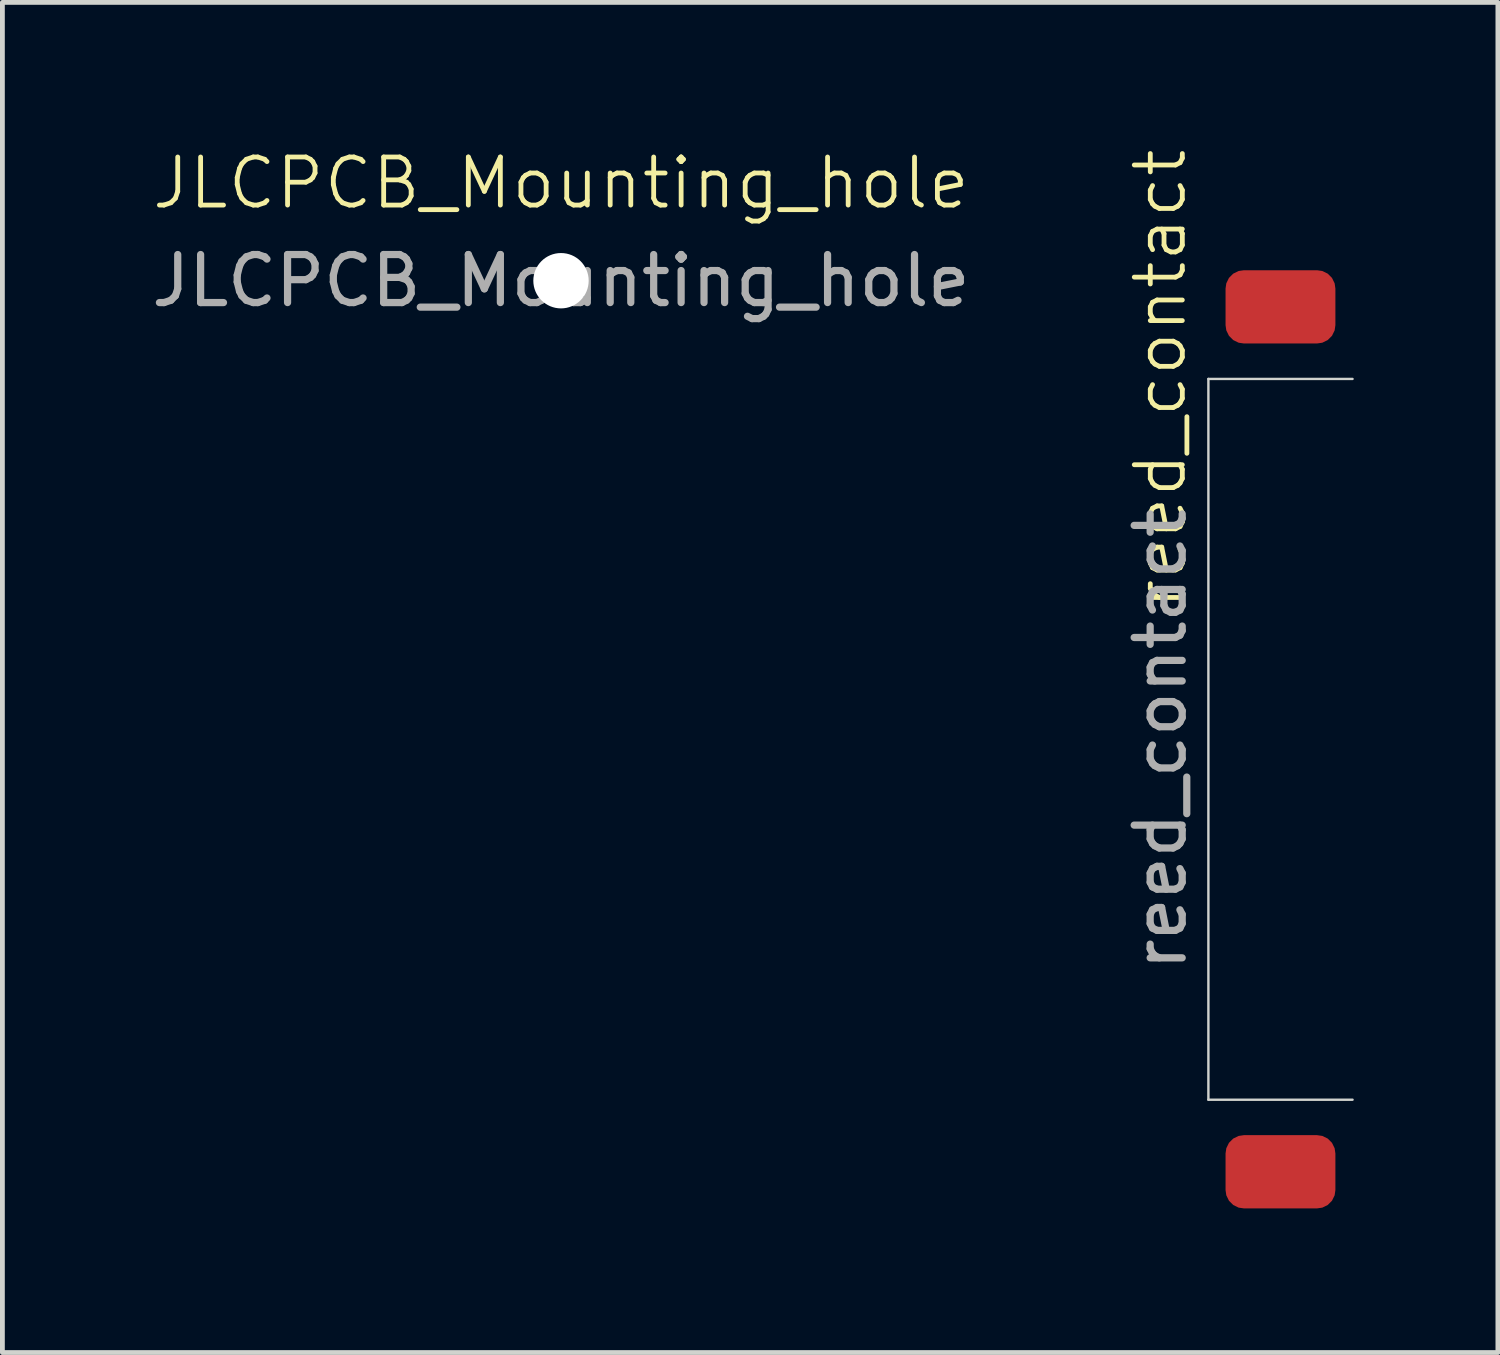
<source format=kicad_pcb>
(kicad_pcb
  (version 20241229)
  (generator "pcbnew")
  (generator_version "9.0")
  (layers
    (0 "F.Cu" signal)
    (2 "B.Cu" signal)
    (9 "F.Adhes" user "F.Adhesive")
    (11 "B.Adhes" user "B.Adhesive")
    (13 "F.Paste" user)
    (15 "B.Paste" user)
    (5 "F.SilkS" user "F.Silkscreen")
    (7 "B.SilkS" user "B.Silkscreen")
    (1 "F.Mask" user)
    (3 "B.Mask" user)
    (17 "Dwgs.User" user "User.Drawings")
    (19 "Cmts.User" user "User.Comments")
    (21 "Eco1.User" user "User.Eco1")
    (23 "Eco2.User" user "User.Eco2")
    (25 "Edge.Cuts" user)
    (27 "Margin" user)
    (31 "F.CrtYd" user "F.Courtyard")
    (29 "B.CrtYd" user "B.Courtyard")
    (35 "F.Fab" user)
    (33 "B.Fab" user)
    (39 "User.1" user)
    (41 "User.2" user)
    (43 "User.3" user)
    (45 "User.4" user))
  (footprint "reed_contact"
    (layer "F.Cu")
    (at 23.598 12.336)
    (property "Reference" "reed_contact" (at -2.5 -7.5 90) (unlocked yes) (layer "F.SilkS") (effects (font (size 1 1) (thickness 0.1))))
    (attr smd)
    (fp_line (start -1.5 -7.5) (end -1.5 7.5) (stroke (width 0.05) (type default)) (layer "Edge.Cuts"))
    (fp_line (start -1.5 7.5) (end 1.5 7.5) (stroke (width 0.05) (type default)) (layer "Edge.Cuts"))
    (fp_line (start 1.5 -7.5) (end -1.5 -7.5) (stroke (width 0.05) (type default)) (layer "Edge.Cuts"))
    (fp_text user "${REFERENCE}" (at -2.5 0 90) (unlocked yes) (layer "F.Fab") (effects (font (size 1 1) (thickness 0.15))))
    (pad "1" smd roundrect (at 0 -9 180) (size 2.286 1.524) (layers "F.Cu" "F.Mask" "F.Paste") (roundrect_rratio 0.25))
    (pad "2" smd roundrect (at 0 9 180) (size 2.286 1.524) (layers "F.Cu" "F.Mask" "F.Paste") (roundrect_rratio 0.25)))
  (footprint "JLCPCB_Mounting_hole"
    (layer "F.Cu")
    (at 8.625 2.792)
    (property "Reference" "JLCPCB_Mounting_hole" (at 0 -2.032 0) (unlocked yes) (layer "F.SilkS") (effects (font (size 1 1) (thickness 0.1))))
    (attr exclude_from_pos_files exclude_from_bom)
    (fp_circle (center 0 0) (end 1 0) (stroke (width 0.1) (type default)) (fill no) (layer "Margin"))
    (fp_text user "${REFERENCE}" (at 0 0 0) (unlocked yes) (layer "F.Fab") (effects (font (size 1 1) (thickness 0.15))))
    (pad "" np_thru_hole circle (at 0 0) (size 1.152 1.152) (drill 1.152) (layers "*.Cu" "*.Mask")))
  (gr_rect
    (start -3 -3)
    (end 28.123 25.098)
    (stroke (width 0.1) (type default))
    (fill no)
    (layer "Edge.Cuts")))
</source>
